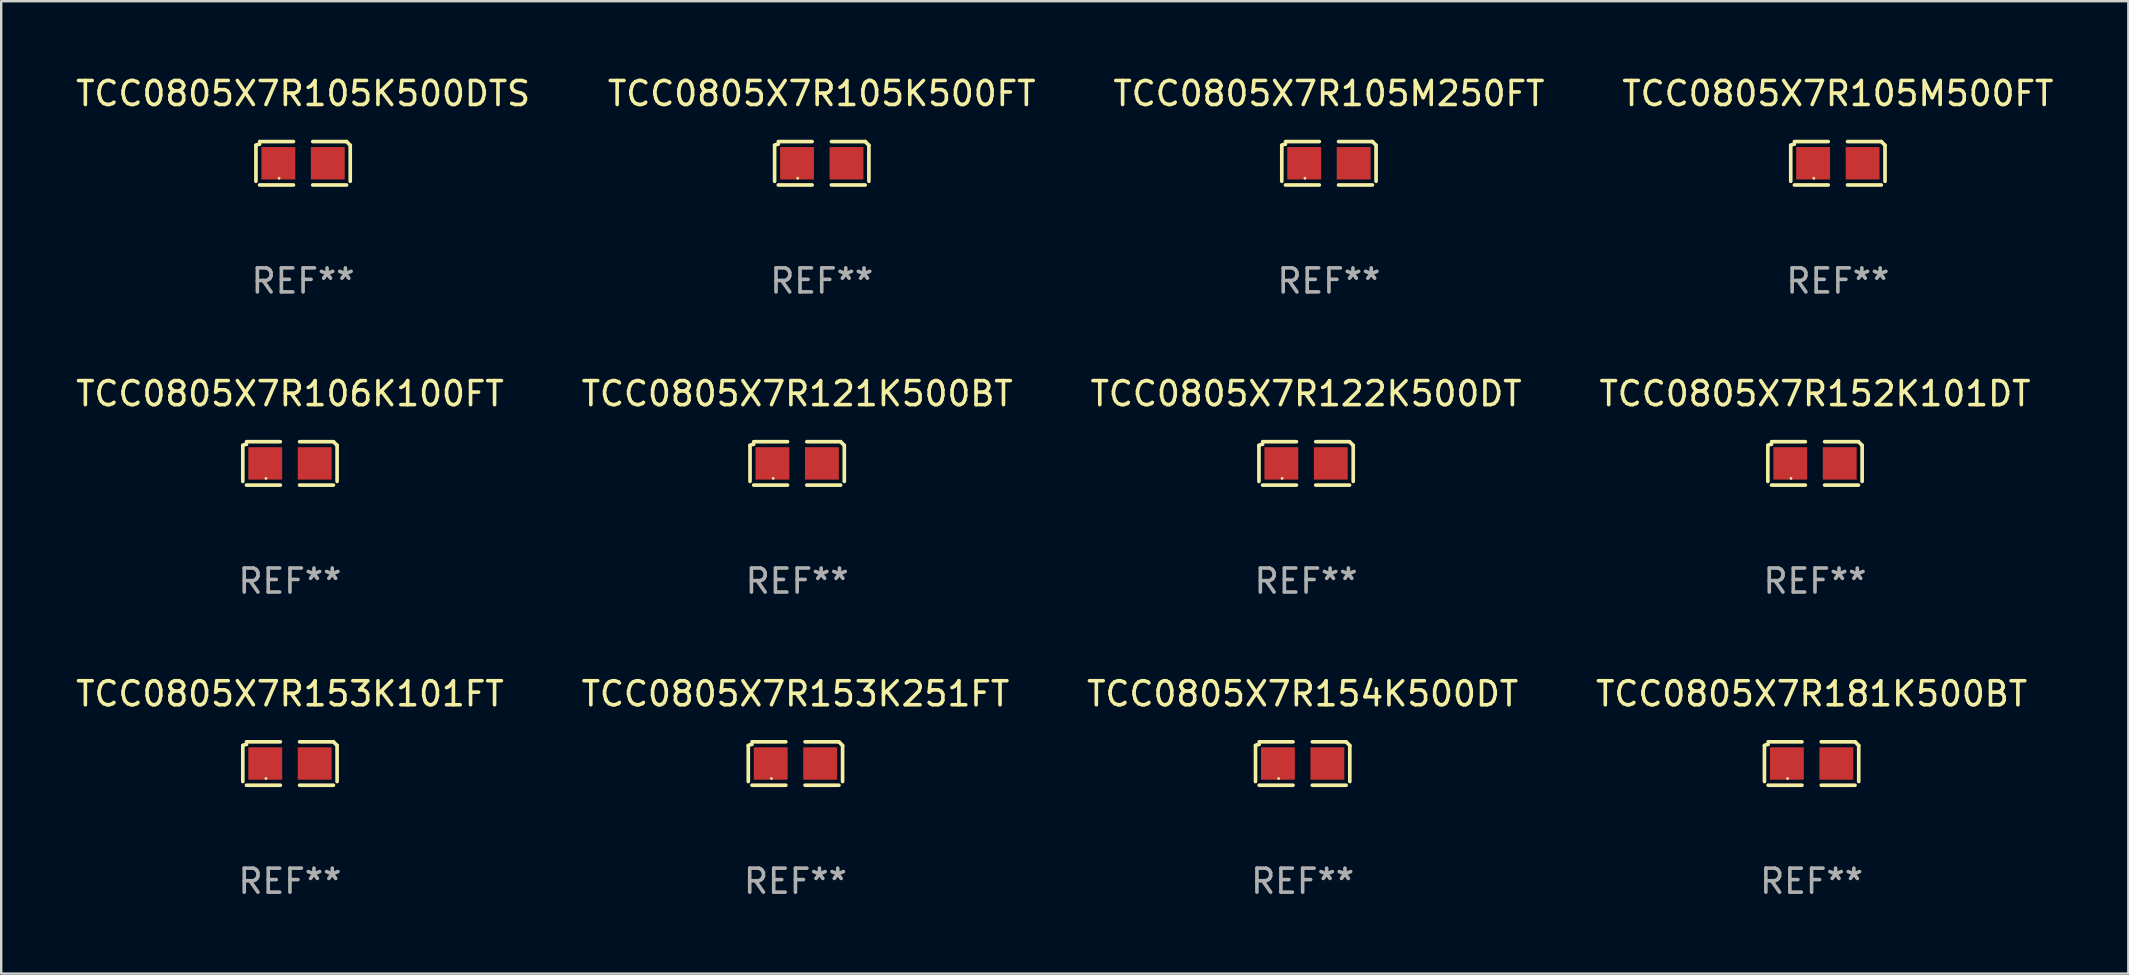
<source format=kicad_pcb>
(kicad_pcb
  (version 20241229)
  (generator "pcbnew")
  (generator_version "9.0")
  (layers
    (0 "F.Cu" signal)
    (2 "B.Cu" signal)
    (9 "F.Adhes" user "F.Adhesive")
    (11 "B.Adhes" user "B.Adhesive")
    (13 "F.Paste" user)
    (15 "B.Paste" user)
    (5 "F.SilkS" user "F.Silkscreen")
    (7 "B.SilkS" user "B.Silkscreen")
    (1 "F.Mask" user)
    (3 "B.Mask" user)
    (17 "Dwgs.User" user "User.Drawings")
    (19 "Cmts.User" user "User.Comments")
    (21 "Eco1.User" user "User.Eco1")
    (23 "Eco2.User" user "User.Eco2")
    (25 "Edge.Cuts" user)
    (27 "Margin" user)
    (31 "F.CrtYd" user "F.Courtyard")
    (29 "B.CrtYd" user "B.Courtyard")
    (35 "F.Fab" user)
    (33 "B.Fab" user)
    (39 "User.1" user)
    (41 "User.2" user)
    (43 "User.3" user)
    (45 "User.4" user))
  (footprint "TCC0805X7R121K500BT"
    (layer "F.Cu")
    (at 30.161 16.256)
    (property "Reference" "TCC0805X7R121K500BT" (at 0 -2.904 0) (layer "F.SilkS") (effects (font (size 1 1) (thickness 0.15))))
    (attr through_hole)
    (fp_line (start -1.964 0.751) (end -1.964 -0.751) (stroke (width 0.152) (type solid)) (layer "F.SilkS"))
    (fp_line (start -1.811 -0.904) (end -0.401 -0.904) (stroke (width 0.152) (type solid)) (layer "F.SilkS"))
    (fp_line (start -0.401 0.904) (end -1.811 0.904) (stroke (width 0.152) (type solid)) (layer "F.SilkS"))
    (fp_line (start 0.401 0.904) (end 1.811 0.904) (stroke (width 0.152) (type solid)) (layer "F.SilkS"))
    (fp_line (start 1.811 -0.904) (end 0.401 -0.904) (stroke (width 0.152) (type solid)) (layer "F.SilkS"))
    (fp_line (start 1.964 0.751) (end 1.964 -0.751) (stroke (width 0.152) (type solid)) (layer "F.SilkS"))
    (fp_arc (start -1.963602 -0.751207) (mid -1.890354 -0.783131) (end -1.811201 -0.794044) (stroke (width 0.1524) (type solid)) (layer "F.SilkS"))
    (fp_arc (start 1.811202 -0.903607) (mid 1.887413 -0.827418) (end 1.963602 -0.751207) (stroke (width 0.1524) (type solid)) (layer "F.SilkS"))
    (fp_circle (center -1 0.625) (end -0.97 0.625) (stroke (width 0.06) (type solid)) (fill no) (layer "F.SilkS"))
    (fp_text user "REF**" (at 0 4.904 0) (layer "F.Fab") (effects (font (size 1 1) (thickness 0.15))))
    (pad "1" smd rect (at -1.03 0) (size 1.41 1.35) (layers "F.Cu" "F.Mask" "F.Paste"))
    (pad "2" smd rect (at 1.03 0) (size 1.41 1.35) (layers "F.Cu" "F.Mask" "F.Paste")))
  (footprint "TCC0805X7R153K101FT"
    (layer "F.Cu")
    (at 9.03 28.759)
    (property "Reference" "TCC0805X7R153K101FT" (at 0 -2.904 0) (layer "F.SilkS") (effects (font (size 1 1) (thickness 0.15))))
    (attr through_hole)
    (fp_line (start -1.964 0.751) (end -1.964 -0.751) (stroke (width 0.152) (type solid)) (layer "F.SilkS"))
    (fp_line (start -1.811 -0.904) (end -0.401 -0.904) (stroke (width 0.152) (type solid)) (layer "F.SilkS"))
    (fp_line (start -0.401 0.904) (end -1.811 0.904) (stroke (width 0.152) (type solid)) (layer "F.SilkS"))
    (fp_line (start 0.401 0.904) (end 1.811 0.904) (stroke (width 0.152) (type solid)) (layer "F.SilkS"))
    (fp_line (start 1.811 -0.904) (end 0.401 -0.904) (stroke (width 0.152) (type solid)) (layer "F.SilkS"))
    (fp_line (start 1.964 0.751) (end 1.964 -0.751) (stroke (width 0.152) (type solid)) (layer "F.SilkS"))
    (fp_arc (start -1.963602 -0.751207) (mid -1.890354 -0.783131) (end -1.811201 -0.794044) (stroke (width 0.1524) (type solid)) (layer "F.SilkS"))
    (fp_arc (start 1.811202 -0.903607) (mid 1.887413 -0.827418) (end 1.963602 -0.751207) (stroke (width 0.1524) (type solid)) (layer "F.SilkS"))
    (fp_circle (center -1 0.625) (end -0.97 0.625) (stroke (width 0.06) (type solid)) (fill no) (layer "F.SilkS"))
    (fp_text user "REF**" (at 0 4.904 0) (layer "F.Fab") (effects (font (size 1 1) (thickness 0.15))))
    (pad "1" smd rect (at -1.03 0) (size 1.41 1.35) (layers "F.Cu" "F.Mask" "F.Paste"))
    (pad "2" smd rect (at 1.03 0) (size 1.41 1.35) (layers "F.Cu" "F.Mask" "F.Paste")))
  (footprint "TCC0805X7R105M250FT"
    (layer "F.Cu")
    (at 52.315 3.752)
    (property "Reference" "TCC0805X7R105M250FT" (at 0 -2.904 0) (layer "F.SilkS") (effects (font (size 1 1) (thickness 0.15))))
    (attr through_hole)
    (fp_line (start -1.964 0.751) (end -1.964 -0.751) (stroke (width 0.152) (type solid)) (layer "F.SilkS"))
    (fp_line (start -1.811 -0.904) (end -0.401 -0.904) (stroke (width 0.152) (type solid)) (layer "F.SilkS"))
    (fp_line (start -0.401 0.904) (end -1.811 0.904) (stroke (width 0.152) (type solid)) (layer "F.SilkS"))
    (fp_line (start 0.401 0.904) (end 1.811 0.904) (stroke (width 0.152) (type solid)) (layer "F.SilkS"))
    (fp_line (start 1.811 -0.904) (end 0.401 -0.904) (stroke (width 0.152) (type solid)) (layer "F.SilkS"))
    (fp_line (start 1.964 0.751) (end 1.964 -0.751) (stroke (width 0.152) (type solid)) (layer "F.SilkS"))
    (fp_arc (start -1.963602 -0.751207) (mid -1.890354 -0.783131) (end -1.811201 -0.794044) (stroke (width 0.1524) (type solid)) (layer "F.SilkS"))
    (fp_arc (start 1.811202 -0.903607) (mid 1.887413 -0.827418) (end 1.963602 -0.751207) (stroke (width 0.1524) (type solid)) (layer "F.SilkS"))
    (fp_circle (center -1 0.625) (end -0.97 0.625) (stroke (width 0.06) (type solid)) (fill no) (layer "F.SilkS"))
    (fp_text user "REF**" (at 0 4.904 0) (layer "F.Fab") (effects (font (size 1 1) (thickness 0.15))))
    (pad "1" smd rect (at -1.03 0) (size 1.41 1.35) (layers "F.Cu" "F.Mask" "F.Paste"))
    (pad "2" smd rect (at 1.03 0) (size 1.41 1.35) (layers "F.Cu" "F.Mask" "F.Paste")))
  (footprint "TCC0805X7R154K500DT"
    (layer "F.Cu")
    (at 51.22 28.759)
    (property "Reference" "TCC0805X7R154K500DT" (at 0 -2.904 0) (layer "F.SilkS") (effects (font (size 1 1) (thickness 0.15))))
    (attr through_hole)
    (fp_line (start -1.964 0.751) (end -1.964 -0.751) (stroke (width 0.152) (type solid)) (layer "F.SilkS"))
    (fp_line (start -1.811 -0.904) (end -0.401 -0.904) (stroke (width 0.152) (type solid)) (layer "F.SilkS"))
    (fp_line (start -0.401 0.904) (end -1.811 0.904) (stroke (width 0.152) (type solid)) (layer "F.SilkS"))
    (fp_line (start 0.401 0.904) (end 1.811 0.904) (stroke (width 0.152) (type solid)) (layer "F.SilkS"))
    (fp_line (start 1.811 -0.904) (end 0.401 -0.904) (stroke (width 0.152) (type solid)) (layer "F.SilkS"))
    (fp_line (start 1.964 0.751) (end 1.964 -0.751) (stroke (width 0.152) (type solid)) (layer "F.SilkS"))
    (fp_arc (start -1.963602 -0.751207) (mid -1.890354 -0.783131) (end -1.811201 -0.794044) (stroke (width 0.1524) (type solid)) (layer "F.SilkS"))
    (fp_arc (start 1.811202 -0.903607) (mid 1.887413 -0.827418) (end 1.963602 -0.751207) (stroke (width 0.1524) (type solid)) (layer "F.SilkS"))
    (fp_circle (center -1 0.625) (end -0.97 0.625) (stroke (width 0.06) (type solid)) (fill no) (layer "F.SilkS"))
    (fp_text user "REF**" (at 0 4.904 0) (layer "F.Fab") (effects (font (size 1 1) (thickness 0.15))))
    (pad "1" smd rect (at -1.03 0) (size 1.41 1.35) (layers "F.Cu" "F.Mask" "F.Paste"))
    (pad "2" smd rect (at 1.03 0) (size 1.41 1.35) (layers "F.Cu" "F.Mask" "F.Paste")))
  (footprint "TCC0805X7R105K500FT"
    (layer "F.Cu")
    (at 31.185 3.752)
    (property "Reference" "TCC0805X7R105K500FT" (at 0 -2.904 0) (layer "F.SilkS") (effects (font (size 1 1) (thickness 0.15))))
    (attr through_hole)
    (fp_line (start -1.964 0.751) (end -1.964 -0.751) (stroke (width 0.152) (type solid)) (layer "F.SilkS"))
    (fp_line (start -1.811 -0.904) (end -0.401 -0.904) (stroke (width 0.152) (type solid)) (layer "F.SilkS"))
    (fp_line (start -0.401 0.904) (end -1.811 0.904) (stroke (width 0.152) (type solid)) (layer "F.SilkS"))
    (fp_line (start 0.401 0.904) (end 1.811 0.904) (stroke (width 0.152) (type solid)) (layer "F.SilkS"))
    (fp_line (start 1.811 -0.904) (end 0.401 -0.904) (stroke (width 0.152) (type solid)) (layer "F.SilkS"))
    (fp_line (start 1.964 0.751) (end 1.964 -0.751) (stroke (width 0.152) (type solid)) (layer "F.SilkS"))
    (fp_arc (start -1.963602 -0.751207) (mid -1.890354 -0.783131) (end -1.811201 -0.794044) (stroke (width 0.1524) (type solid)) (layer "F.SilkS"))
    (fp_arc (start 1.811202 -0.903607) (mid 1.887413 -0.827418) (end 1.963602 -0.751207) (stroke (width 0.1524) (type solid)) (layer "F.SilkS"))
    (fp_circle (center -1 0.625) (end -0.97 0.625) (stroke (width 0.06) (type solid)) (fill no) (layer "F.SilkS"))
    (fp_text user "REF**" (at 0 4.904 0) (layer "F.Fab") (effects (font (size 1 1) (thickness 0.15))))
    (pad "1" smd rect (at -1.03 0) (size 1.41 1.35) (layers "F.Cu" "F.Mask" "F.Paste"))
    (pad "2" smd rect (at 1.03 0) (size 1.41 1.35) (layers "F.Cu" "F.Mask" "F.Paste")))
  (footprint "TCC0805X7R181K500BT"
    (layer "F.Cu")
    (at 72.423 28.759)
    (property "Reference" "TCC0805X7R181K500BT" (at 0 -2.904 0) (layer "F.SilkS") (effects (font (size 1 1) (thickness 0.15))))
    (attr through_hole)
    (fp_line (start -1.964 0.751) (end -1.964 -0.751) (stroke (width 0.152) (type solid)) (layer "F.SilkS"))
    (fp_line (start -1.811 -0.904) (end -0.401 -0.904) (stroke (width 0.152) (type solid)) (layer "F.SilkS"))
    (fp_line (start -0.401 0.904) (end -1.811 0.904) (stroke (width 0.152) (type solid)) (layer "F.SilkS"))
    (fp_line (start 0.401 0.904) (end 1.811 0.904) (stroke (width 0.152) (type solid)) (layer "F.SilkS"))
    (fp_line (start 1.811 -0.904) (end 0.401 -0.904) (stroke (width 0.152) (type solid)) (layer "F.SilkS"))
    (fp_line (start 1.964 0.751) (end 1.964 -0.751) (stroke (width 0.152) (type solid)) (layer "F.SilkS"))
    (fp_arc (start -1.963602 -0.751207) (mid -1.890354 -0.783131) (end -1.811201 -0.794044) (stroke (width 0.1524) (type solid)) (layer "F.SilkS"))
    (fp_arc (start 1.811202 -0.903607) (mid 1.887413 -0.827418) (end 1.963602 -0.751207) (stroke (width 0.1524) (type solid)) (layer "F.SilkS"))
    (fp_circle (center -1 0.625) (end -0.97 0.625) (stroke (width 0.06) (type solid)) (fill no) (layer "F.SilkS"))
    (fp_text user "REF**" (at 0 4.904 0) (layer "F.Fab") (effects (font (size 1 1) (thickness 0.15))))
    (pad "1" smd rect (at -1.03 0) (size 1.41 1.35) (layers "F.Cu" "F.Mask" "F.Paste"))
    (pad "2" smd rect (at 1.03 0) (size 1.41 1.35) (layers "F.Cu" "F.Mask" "F.Paste")))
  (footprint "TCC0805X7R105M500FT"
    (layer "F.Cu")
    (at 73.518 3.752)
    (property "Reference" "TCC0805X7R105M500FT" (at 0 -2.904 0) (layer "F.SilkS") (effects (font (size 1 1) (thickness 0.15))))
    (attr through_hole)
    (fp_line (start -1.964 0.751) (end -1.964 -0.751) (stroke (width 0.152) (type solid)) (layer "F.SilkS"))
    (fp_line (start -1.811 -0.904) (end -0.401 -0.904) (stroke (width 0.152) (type solid)) (layer "F.SilkS"))
    (fp_line (start -0.401 0.904) (end -1.811 0.904) (stroke (width 0.152) (type solid)) (layer "F.SilkS"))
    (fp_line (start 0.401 0.904) (end 1.811 0.904) (stroke (width 0.152) (type solid)) (layer "F.SilkS"))
    (fp_line (start 1.811 -0.904) (end 0.401 -0.904) (stroke (width 0.152) (type solid)) (layer "F.SilkS"))
    (fp_line (start 1.964 0.751) (end 1.964 -0.751) (stroke (width 0.152) (type solid)) (layer "F.SilkS"))
    (fp_arc (start -1.963602 -0.751207) (mid -1.890354 -0.783131) (end -1.811201 -0.794044) (stroke (width 0.1524) (type solid)) (layer "F.SilkS"))
    (fp_arc (start 1.811202 -0.903607) (mid 1.887413 -0.827418) (end 1.963602 -0.751207) (stroke (width 0.1524) (type solid)) (layer "F.SilkS"))
    (fp_circle (center -1 0.625) (end -0.97 0.625) (stroke (width 0.06) (type solid)) (fill no) (layer "F.SilkS"))
    (fp_text user "REF**" (at 0 4.904 0) (layer "F.Fab") (effects (font (size 1 1) (thickness 0.15))))
    (pad "1" smd rect (at -1.03 0) (size 1.41 1.35) (layers "F.Cu" "F.Mask" "F.Paste"))
    (pad "2" smd rect (at 1.03 0) (size 1.41 1.35) (layers "F.Cu" "F.Mask" "F.Paste")))
  (footprint "TCC0805X7R152K101DT"
    (layer "F.Cu")
    (at 72.565 16.256)
    (property "Reference" "TCC0805X7R152K101DT" (at 0 -2.904 0) (layer "F.SilkS") (effects (font (size 1 1) (thickness 0.15))))
    (attr through_hole)
    (fp_line (start -1.964 0.751) (end -1.964 -0.751) (stroke (width 0.152) (type solid)) (layer "F.SilkS"))
    (fp_line (start -1.811 -0.904) (end -0.401 -0.904) (stroke (width 0.152) (type solid)) (layer "F.SilkS"))
    (fp_line (start -0.401 0.904) (end -1.811 0.904) (stroke (width 0.152) (type solid)) (layer "F.SilkS"))
    (fp_line (start 0.401 0.904) (end 1.811 0.904) (stroke (width 0.152) (type solid)) (layer "F.SilkS"))
    (fp_line (start 1.811 -0.904) (end 0.401 -0.904) (stroke (width 0.152) (type solid)) (layer "F.SilkS"))
    (fp_line (start 1.964 0.751) (end 1.964 -0.751) (stroke (width 0.152) (type solid)) (layer "F.SilkS"))
    (fp_arc (start -1.963602 -0.751207) (mid -1.890354 -0.783131) (end -1.811201 -0.794044) (stroke (width 0.1524) (type solid)) (layer "F.SilkS"))
    (fp_arc (start 1.811202 -0.903607) (mid 1.887413 -0.827418) (end 1.963602 -0.751207) (stroke (width 0.1524) (type solid)) (layer "F.SilkS"))
    (fp_circle (center -1 0.625) (end -0.97 0.625) (stroke (width 0.06) (type solid)) (fill no) (layer "F.SilkS"))
    (fp_text user "REF**" (at 0 4.904 0) (layer "F.Fab") (effects (font (size 1 1) (thickness 0.15))))
    (pad "1" smd rect (at -1.03 0) (size 1.41 1.35) (layers "F.Cu" "F.Mask" "F.Paste"))
    (pad "2" smd rect (at 1.03 0) (size 1.41 1.35) (layers "F.Cu" "F.Mask" "F.Paste")))
  (footprint "TCC0805X7R106K100FT"
    (layer "F.Cu")
    (at 9.03 16.256)
    (property "Reference" "TCC0805X7R106K100FT" (at 0 -2.904 0) (layer "F.SilkS") (effects (font (size 1 1) (thickness 0.15))))
    (attr through_hole)
    (fp_line (start -1.964 0.751) (end -1.964 -0.751) (stroke (width 0.152) (type solid)) (layer "F.SilkS"))
    (fp_line (start -1.811 -0.904) (end -0.401 -0.904) (stroke (width 0.152) (type solid)) (layer "F.SilkS"))
    (fp_line (start -0.401 0.904) (end -1.811 0.904) (stroke (width 0.152) (type solid)) (layer "F.SilkS"))
    (fp_line (start 0.401 0.904) (end 1.811 0.904) (stroke (width 0.152) (type solid)) (layer "F.SilkS"))
    (fp_line (start 1.811 -0.904) (end 0.401 -0.904) (stroke (width 0.152) (type solid)) (layer "F.SilkS"))
    (fp_line (start 1.964 0.751) (end 1.964 -0.751) (stroke (width 0.152) (type solid)) (layer "F.SilkS"))
    (fp_arc (start -1.963602 -0.751207) (mid -1.890354 -0.783131) (end -1.811201 -0.794044) (stroke (width 0.1524) (type solid)) (layer "F.SilkS"))
    (fp_arc (start 1.811202 -0.903607) (mid 1.887413 -0.827418) (end 1.963602 -0.751207) (stroke (width 0.1524) (type solid)) (layer "F.SilkS"))
    (fp_circle (center -1 0.625) (end -0.97 0.625) (stroke (width 0.06) (type solid)) (fill no) (layer "F.SilkS"))
    (fp_text user "REF**" (at 0 4.904 0) (layer "F.Fab") (effects (font (size 1 1) (thickness 0.15))))
    (pad "1" smd rect (at -1.03 0) (size 1.41 1.35) (layers "F.Cu" "F.Mask" "F.Paste"))
    (pad "2" smd rect (at 1.03 0) (size 1.41 1.35) (layers "F.Cu" "F.Mask" "F.Paste")))
  (footprint "TCC0805X7R153K251FT"
    (layer "F.Cu")
    (at 30.089 28.759)
    (property "Reference" "TCC0805X7R153K251FT" (at 0 -2.904 0) (layer "F.SilkS") (effects (font (size 1 1) (thickness 0.15))))
    (attr through_hole)
    (fp_line (start -1.964 0.751) (end -1.964 -0.751) (stroke (width 0.152) (type solid)) (layer "F.SilkS"))
    (fp_line (start -1.811 -0.904) (end -0.401 -0.904) (stroke (width 0.152) (type solid)) (layer "F.SilkS"))
    (fp_line (start -0.401 0.904) (end -1.811 0.904) (stroke (width 0.152) (type solid)) (layer "F.SilkS"))
    (fp_line (start 0.401 0.904) (end 1.811 0.904) (stroke (width 0.152) (type solid)) (layer "F.SilkS"))
    (fp_line (start 1.811 -0.904) (end 0.401 -0.904) (stroke (width 0.152) (type solid)) (layer "F.SilkS"))
    (fp_line (start 1.964 0.751) (end 1.964 -0.751) (stroke (width 0.152) (type solid)) (layer "F.SilkS"))
    (fp_arc (start -1.963602 -0.751207) (mid -1.890354 -0.783131) (end -1.811201 -0.794044) (stroke (width 0.1524) (type solid)) (layer "F.SilkS"))
    (fp_arc (start 1.811202 -0.903607) (mid 1.887413 -0.827418) (end 1.963602 -0.751207) (stroke (width 0.1524) (type solid)) (layer "F.SilkS"))
    (fp_circle (center -1 0.625) (end -0.97 0.625) (stroke (width 0.06) (type solid)) (fill no) (layer "F.SilkS"))
    (fp_text user "REF**" (at 0 4.904 0) (layer "F.Fab") (effects (font (size 1 1) (thickness 0.15))))
    (pad "1" smd rect (at -1.03 0) (size 1.41 1.35) (layers "F.Cu" "F.Mask" "F.Paste"))
    (pad "2" smd rect (at 1.03 0) (size 1.41 1.35) (layers "F.Cu" "F.Mask" "F.Paste")))
  (footprint "TCC0805X7R105K500DTS"
    (layer "F.Cu")
    (at 9.577 3.752)
    (property "Reference" "TCC0805X7R105K500DTS" (at 0 -2.904 0) (layer "F.SilkS") (effects (font (size 1 1) (thickness 0.15))))
    (attr through_hole)
    (fp_line (start -1.964 0.751) (end -1.964 -0.751) (stroke (width 0.152) (type solid)) (layer "F.SilkS"))
    (fp_line (start -1.811 -0.904) (end -0.401 -0.904) (stroke (width 0.152) (type solid)) (layer "F.SilkS"))
    (fp_line (start -0.401 0.904) (end -1.811 0.904) (stroke (width 0.152) (type solid)) (layer "F.SilkS"))
    (fp_line (start 0.401 0.904) (end 1.811 0.904) (stroke (width 0.152) (type solid)) (layer "F.SilkS"))
    (fp_line (start 1.811 -0.904) (end 0.401 -0.904) (stroke (width 0.152) (type solid)) (layer "F.SilkS"))
    (fp_line (start 1.964 0.751) (end 1.964 -0.751) (stroke (width 0.152) (type solid)) (layer "F.SilkS"))
    (fp_arc (start -1.963602 -0.751207) (mid -1.890354 -0.783131) (end -1.811201 -0.794044) (stroke (width 0.1524) (type solid)) (layer "F.SilkS"))
    (fp_arc (start 1.811202 -0.903607) (mid 1.887413 -0.827418) (end 1.963602 -0.751207) (stroke (width 0.1524) (type solid)) (layer "F.SilkS"))
    (fp_circle (center -1 0.625) (end -0.97 0.625) (stroke (width 0.06) (type solid)) (fill no) (layer "F.SilkS"))
    (fp_text user "REF**" (at 0 4.904 0) (layer "F.Fab") (effects (font (size 1 1) (thickness 0.15))))
    (pad "1" smd rect (at -1.03 0) (size 1.41 1.35) (layers "F.Cu" "F.Mask" "F.Paste"))
    (pad "2" smd rect (at 1.03 0) (size 1.41 1.35) (layers "F.Cu" "F.Mask" "F.Paste")))
  (footprint "TCC0805X7R122K500DT"
    (layer "F.Cu")
    (at 51.363 16.256)
    (property "Reference" "TCC0805X7R122K500DT" (at 0 -2.904 0) (layer "F.SilkS") (effects (font (size 1 1) (thickness 0.15))))
    (attr through_hole)
    (fp_line (start -1.964 0.751) (end -1.964 -0.751) (stroke (width 0.152) (type solid)) (layer "F.SilkS"))
    (fp_line (start -1.811 -0.904) (end -0.401 -0.904) (stroke (width 0.152) (type solid)) (layer "F.SilkS"))
    (fp_line (start -0.401 0.904) (end -1.811 0.904) (stroke (width 0.152) (type solid)) (layer "F.SilkS"))
    (fp_line (start 0.401 0.904) (end 1.811 0.904) (stroke (width 0.152) (type solid)) (layer "F.SilkS"))
    (fp_line (start 1.811 -0.904) (end 0.401 -0.904) (stroke (width 0.152) (type solid)) (layer "F.SilkS"))
    (fp_line (start 1.964 0.751) (end 1.964 -0.751) (stroke (width 0.152) (type solid)) (layer "F.SilkS"))
    (fp_arc (start -1.963602 -0.751207) (mid -1.890354 -0.783131) (end -1.811201 -0.794044) (stroke (width 0.1524) (type solid)) (layer "F.SilkS"))
    (fp_arc (start 1.811202 -0.903607) (mid 1.887413 -0.827418) (end 1.963602 -0.751207) (stroke (width 0.1524) (type solid)) (layer "F.SilkS"))
    (fp_circle (center -1 0.625) (end -0.97 0.625) (stroke (width 0.06) (type solid)) (fill no) (layer "F.SilkS"))
    (fp_text user "REF**" (at 0 4.904 0) (layer "F.Fab") (effects (font (size 1 1) (thickness 0.15))))
    (pad "1" smd rect (at -1.03 0) (size 1.41 1.35) (layers "F.Cu" "F.Mask" "F.Paste"))
    (pad "2" smd rect (at 1.03 0) (size 1.41 1.35) (layers "F.Cu" "F.Mask" "F.Paste")))
  (gr_rect
    (start -3 -3)
    (end 85.619 37.511)
    (stroke (width 0.1) (type default))
    (fill no)
    (layer "Edge.Cuts")))
</source>
